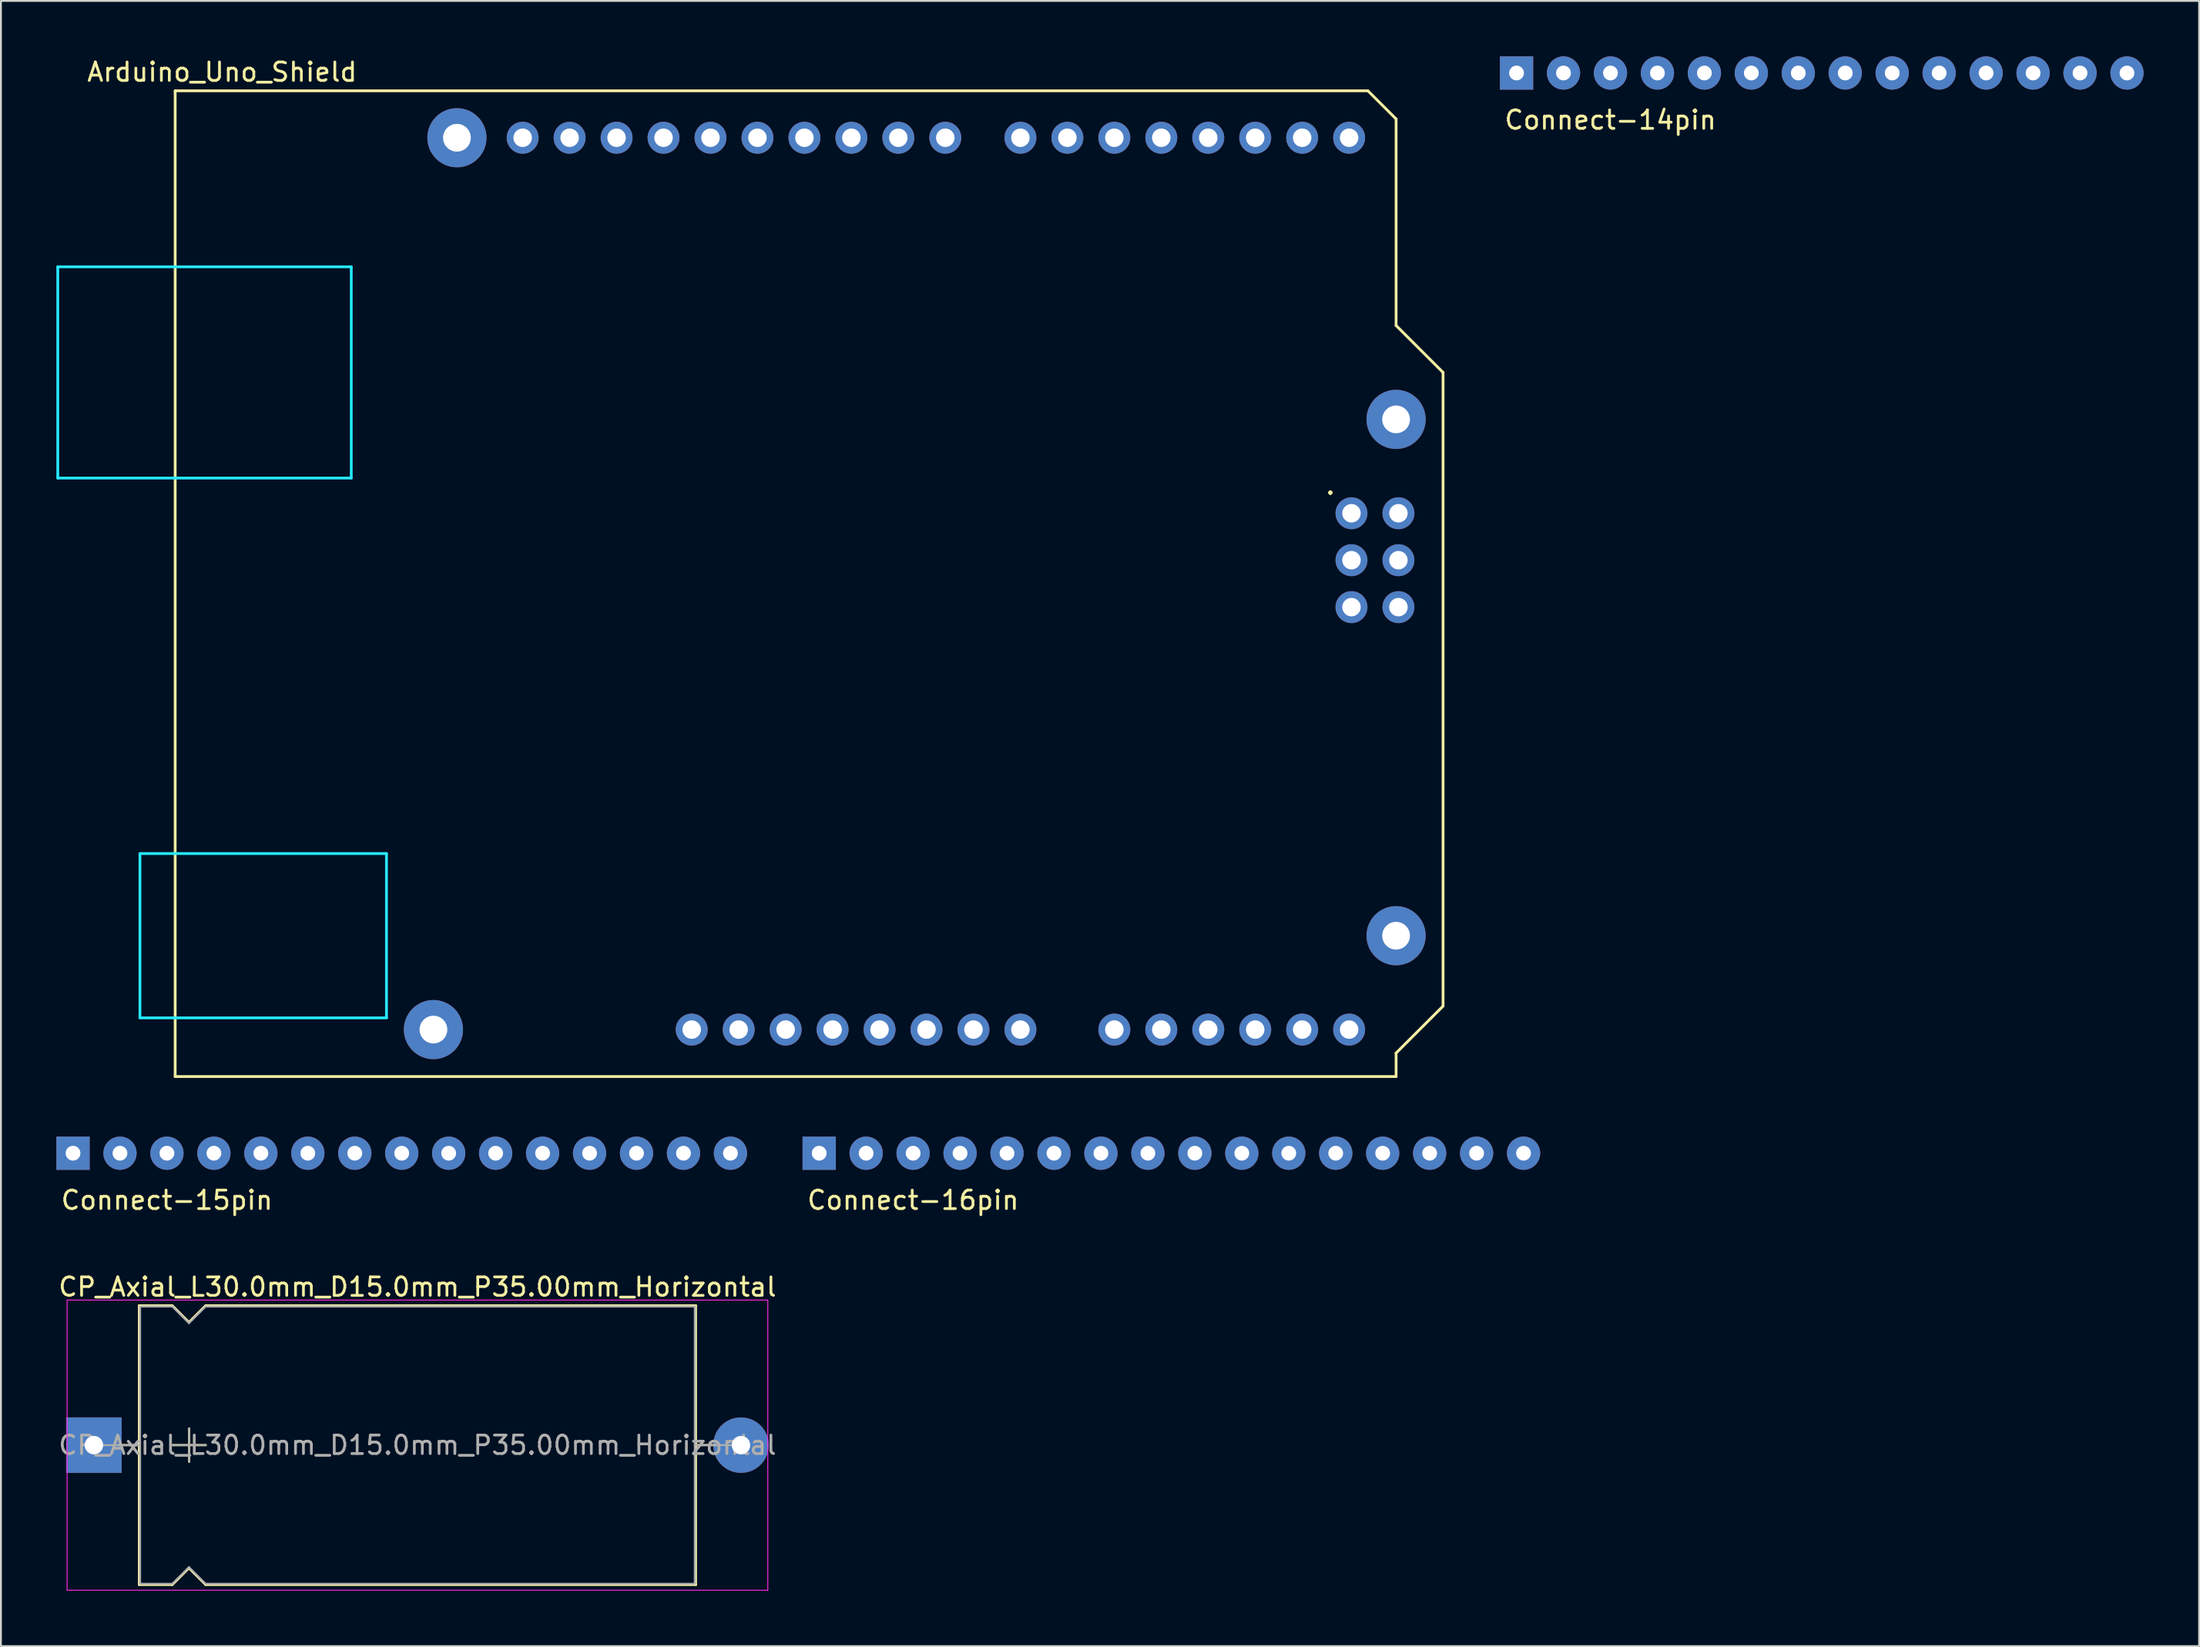
<source format=kicad_pcb>
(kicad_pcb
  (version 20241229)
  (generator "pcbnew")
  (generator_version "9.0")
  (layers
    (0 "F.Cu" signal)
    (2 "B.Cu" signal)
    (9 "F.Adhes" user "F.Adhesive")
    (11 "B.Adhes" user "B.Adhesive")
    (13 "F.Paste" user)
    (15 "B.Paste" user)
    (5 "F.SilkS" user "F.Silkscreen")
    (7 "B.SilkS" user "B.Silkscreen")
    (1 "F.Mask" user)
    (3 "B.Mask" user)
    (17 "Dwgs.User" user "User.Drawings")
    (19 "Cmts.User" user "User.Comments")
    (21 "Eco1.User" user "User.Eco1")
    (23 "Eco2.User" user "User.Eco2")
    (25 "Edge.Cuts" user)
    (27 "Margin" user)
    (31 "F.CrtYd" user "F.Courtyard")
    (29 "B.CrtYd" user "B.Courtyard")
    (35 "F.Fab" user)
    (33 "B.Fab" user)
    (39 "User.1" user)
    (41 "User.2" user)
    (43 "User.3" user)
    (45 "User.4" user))
  (footprint "Connect-15pin"
    (layer "F.Cu")
    (at 5.98 59.354)
    (property "Reference" "Connect-15pin" (at 0 2.54 0) (layer "F.SilkS") (effects (font (size 1 1) (thickness 0.15))))
    (attr through_hole)
    (pad "1" thru_hole rect (at -5.08 0) (size 1.8 1.8) (drill 0.8) (layers "*.Cu" "*.Mask"))
    (pad "2" thru_hole circle (at -2.54 0) (size 1.8 1.8) (drill 0.8) (layers "*.Cu" "*.Mask"))
    (pad "3" thru_hole circle (at 0 0) (size 1.8 1.8) (drill 0.8) (layers "*.Cu" "*.Mask"))
    (pad "4" thru_hole circle (at 2.54 0) (size 1.8 1.8) (drill 0.8) (layers "*.Cu" "*.Mask"))
    (pad "5" thru_hole circle (at 5.08 0) (size 1.8 1.8) (drill 0.8) (layers "*.Cu" "*.Mask"))
    (pad "6" thru_hole circle (at 7.62 0) (size 1.8 1.8) (drill 0.8) (layers "*.Cu" "*.Mask"))
    (pad "7" thru_hole circle (at 10.16 0) (size 1.8 1.8) (drill 0.8) (layers "*.Cu" "*.Mask"))
    (pad "8" thru_hole circle (at 12.7 0) (size 1.8 1.8) (drill 0.8) (layers "*.Cu" "*.Mask"))
    (pad "9" thru_hole circle (at 15.24 0) (size 1.8 1.8) (drill 0.8) (layers "*.Cu" "*.Mask"))
    (pad "10" thru_hole circle (at 17.78 0) (size 1.8 1.8) (drill 0.8) (layers "*.Cu" "*.Mask"))
    (pad "11" thru_hole circle (at 20.32 0) (size 1.8 1.8) (drill 0.8) (layers "*.Cu" "*.Mask"))
    (pad "12" thru_hole circle (at 22.86 0) (size 1.8 1.8) (drill 0.8) (layers "*.Cu" "*.Mask"))
    (pad "13" thru_hole circle (at 25.4 0) (size 1.8 1.8) (drill 0.8) (layers "*.Cu" "*.Mask"))
    (pad "14" thru_hole circle (at 27.94 0) (size 1.8 1.8) (drill 0.8) (layers "*.Cu" "*.Mask"))
    (pad "15" thru_hole circle (at 30.48 0) (size 1.8 1.8) (drill 0.8) (layers "*.Cu" "*.Mask")))
  (footprint "Connect-14pin"
    (layer "F.Cu")
    (at 84.06 0.9)
    (property "Reference" "Connect-14pin" (at 0 2.54 0) (layer "F.SilkS") (effects (font (size 1 1) (thickness 0.15))))
    (attr through_hole)
    (pad "1" thru_hole rect (at -5.08 0) (size 1.8 1.8) (drill 0.8) (layers "*.Cu" "*.Mask"))
    (pad "2" thru_hole circle (at -2.54 0) (size 1.8 1.8) (drill 0.8) (layers "*.Cu" "*.Mask"))
    (pad "3" thru_hole circle (at 0 0) (size 1.8 1.8) (drill 0.8) (layers "*.Cu" "*.Mask"))
    (pad "4" thru_hole circle (at 2.54 0) (size 1.8 1.8) (drill 0.8) (layers "*.Cu" "*.Mask"))
    (pad "5" thru_hole circle (at 5.08 0) (size 1.8 1.8) (drill 0.8) (layers "*.Cu" "*.Mask"))
    (pad "6" thru_hole circle (at 7.62 0) (size 1.8 1.8) (drill 0.8) (layers "*.Cu" "*.Mask"))
    (pad "7" thru_hole circle (at 10.16 0) (size 1.8 1.8) (drill 0.8) (layers "*.Cu" "*.Mask"))
    (pad "8" thru_hole circle (at 12.7 0) (size 1.8 1.8) (drill 0.8) (layers "*.Cu" "*.Mask"))
    (pad "9" thru_hole circle (at 15.24 0) (size 1.8 1.8) (drill 0.8) (layers "*.Cu" "*.Mask"))
    (pad "10" thru_hole circle (at 17.78 0) (size 1.8 1.8) (drill 0.8) (layers "*.Cu" "*.Mask"))
    (pad "11" thru_hole circle (at 20.32 0) (size 1.8 1.8) (drill 0.8) (layers "*.Cu" "*.Mask"))
    (pad "12" thru_hole circle (at 22.86 0) (size 1.8 1.8) (drill 0.8) (layers "*.Cu" "*.Mask"))
    (pad "13" thru_hole circle (at 25.4 0) (size 1.8 1.8) (drill 0.8) (layers "*.Cu" "*.Mask"))
    (pad "14" thru_hole circle (at 27.94 0) (size 1.8 1.8) (drill 0.8) (layers "*.Cu" "*.Mask")))
  (footprint "Connect-16pin"
    (layer "F.Cu")
    (at 46.34 59.354)
    (property "Reference" "Connect-16pin" (at 0 2.54 0) (layer "F.SilkS") (effects (font (size 1 1) (thickness 0.15))))
    (attr through_hole)
    (pad "1" thru_hole rect (at -5.08 0) (size 1.8 1.8) (drill 0.8) (layers "*.Cu" "*.Mask"))
    (pad "2" thru_hole circle (at -2.54 0) (size 1.8 1.8) (drill 0.8) (layers "*.Cu" "*.Mask"))
    (pad "3" thru_hole circle (at 0 0) (size 1.8 1.8) (drill 0.8) (layers "*.Cu" "*.Mask"))
    (pad "4" thru_hole circle (at 2.54 0) (size 1.8 1.8) (drill 0.8) (layers "*.Cu" "*.Mask"))
    (pad "5" thru_hole circle (at 5.08 0) (size 1.8 1.8) (drill 0.8) (layers "*.Cu" "*.Mask"))
    (pad "6" thru_hole circle (at 7.62 0) (size 1.8 1.8) (drill 0.8) (layers "*.Cu" "*.Mask"))
    (pad "7" thru_hole circle (at 10.16 0) (size 1.8 1.8) (drill 0.8) (layers "*.Cu" "*.Mask"))
    (pad "8" thru_hole circle (at 12.7 0) (size 1.8 1.8) (drill 0.8) (layers "*.Cu" "*.Mask"))
    (pad "9" thru_hole circle (at 15.24 0) (size 1.8 1.8) (drill 0.8) (layers "*.Cu" "*.Mask"))
    (pad "10" thru_hole circle (at 17.78 0) (size 1.8 1.8) (drill 0.8) (layers "*.Cu" "*.Mask"))
    (pad "11" thru_hole circle (at 20.32 0) (size 1.8 1.8) (drill 0.8) (layers "*.Cu" "*.Mask"))
    (pad "12" thru_hole circle (at 22.86 0) (size 1.8 1.8) (drill 0.8) (layers "*.Cu" "*.Mask"))
    (pad "13" thru_hole circle (at 25.4 0) (size 1.8 1.8) (drill 0.8) (layers "*.Cu" "*.Mask"))
    (pad "14" thru_hole circle (at 27.94 0) (size 1.8 1.8) (drill 0.8) (layers "*.Cu" "*.Mask"))
    (pad "15" thru_hole circle (at 30.48 0) (size 1.8 1.8) (drill 0.8) (layers "*.Cu" "*.Mask"))
    (pad "16" thru_hole circle (at 33.02 0) (size 1.8 1.8) (drill 0.8) (layers "*.Cu" "*.Mask")))
  (footprint "CP_Axial_L30.0mm_D15.0mm_P35.00mm_Horizontal"
    (layer "F.Cu")
    (at 2.03 75.151)
    (property "Reference" "CP_Axial_L30.0mm_D15.0mm_P35.00mm_Horizontal" (at 17.5 -8.56 0) (layer "F.SilkS") (effects (font (size 1 1) (thickness 0.15))))
    (attr through_hole)
    (fp_line (start 1.38 0) (end 2.44 0) (stroke (width 0.12) (type solid)) (layer "F.SilkS"))
    (fp_line (start 2.44 -7.56) (end 2.44 7.56) (stroke (width 0.12) (type solid)) (layer "F.SilkS"))
    (fp_line (start 2.44 -7.56) (end 4.24 -7.56) (stroke (width 0.12) (type solid)) (layer "F.SilkS"))
    (fp_line (start 2.44 7.56) (end 4.24 7.56) (stroke (width 0.12) (type solid)) (layer "F.SilkS"))
    (fp_line (start 4.24 -7.56) (end 5.14 -6.66) (stroke (width 0.12) (type solid)) (layer "F.SilkS"))
    (fp_line (start 4.24 7.56) (end 5.14 6.66) (stroke (width 0.12) (type solid)) (layer "F.SilkS"))
    (fp_line (start 4.25 0) (end 6.05 0) (stroke (width 0.12) (type solid)) (layer "F.SilkS"))
    (fp_line (start 5.14 -6.66) (end 6.04 -7.56) (stroke (width 0.12) (type solid)) (layer "F.SilkS"))
    (fp_line (start 5.14 6.66) (end 6.04 7.56) (stroke (width 0.12) (type solid)) (layer "F.SilkS"))
    (fp_line (start 5.15 -0.9) (end 5.15 0.9) (stroke (width 0.12) (type solid)) (layer "F.SilkS"))
    (fp_line (start 6.04 -7.56) (end 32.56 -7.56) (stroke (width 0.12) (type solid)) (layer "F.SilkS"))
    (fp_line (start 6.04 7.56) (end 32.56 7.56) (stroke (width 0.12) (type solid)) (layer "F.SilkS"))
    (fp_line (start 32.56 -7.56) (end 32.56 7.56) (stroke (width 0.12) (type solid)) (layer "F.SilkS"))
    (fp_line (start 33.62 0) (end 32.56 0) (stroke (width 0.12) (type solid)) (layer "F.SilkS"))
    (fp_line (start -1.45 -7.85) (end -1.45 7.85) (stroke (width 0.05) (type solid)) (layer "F.CrtYd"))
    (fp_line (start -1.45 7.85) (end 36.45 7.85) (stroke (width 0.05) (type solid)) (layer "F.CrtYd"))
    (fp_line (start 36.45 -7.85) (end -1.45 -7.85) (stroke (width 0.05) (type solid)) (layer "F.CrtYd"))
    (fp_line (start 36.45 7.85) (end 36.45 -7.85) (stroke (width 0.05) (type solid)) (layer "F.CrtYd"))
    (fp_line (start 0 0) (end 2.5 0) (stroke (width 0.1) (type solid)) (layer "F.Fab"))
    (fp_line (start 2.5 -7.5) (end 2.5 7.5) (stroke (width 0.1) (type solid)) (layer "F.Fab"))
    (fp_line (start 2.5 -7.5) (end 4.24 -7.5) (stroke (width 0.1) (type solid)) (layer "F.Fab"))
    (fp_line (start 2.5 7.5) (end 4.24 7.5) (stroke (width 0.1) (type solid)) (layer "F.Fab"))
    (fp_line (start 4.24 -7.5) (end 5.14 -6.6) (stroke (width 0.1) (type solid)) (layer "F.Fab"))
    (fp_line (start 4.24 7.5) (end 5.14 6.6) (stroke (width 0.1) (type solid)) (layer "F.Fab"))
    (fp_line (start 4.25 0) (end 6.05 0) (stroke (width 0.1) (type solid)) (layer "F.Fab"))
    (fp_line (start 5.14 -6.6) (end 6.04 -7.5) (stroke (width 0.1) (type solid)) (layer "F.Fab"))
    (fp_line (start 5.14 6.6) (end 6.04 7.5) (stroke (width 0.1) (type solid)) (layer "F.Fab"))
    (fp_line (start 5.15 -0.9) (end 5.15 0.9) (stroke (width 0.1) (type solid)) (layer "F.Fab"))
    (fp_line (start 6.04 -7.5) (end 32.5 -7.5) (stroke (width 0.1) (type solid)) (layer "F.Fab"))
    (fp_line (start 6.04 7.5) (end 32.5 7.5) (stroke (width 0.1) (type solid)) (layer "F.Fab"))
    (fp_line (start 32.5 -7.5) (end 32.5 7.5) (stroke (width 0.1) (type solid)) (layer "F.Fab"))
    (fp_line (start 35 0) (end 32.5 0) (stroke (width 0.1) (type solid)) (layer "F.Fab"))
    (fp_text user "${REFERENCE}" (at 17.5 0 0) (layer "F.Fab") (effects (font (size 1 1) (thickness 0.15))))
    (pad "1" thru_hole rect (at 0 0) (size 3 3) (drill 1) (layers "*.Cu" "*.Mask"))
    (pad "2" thru_hole circle (at 35 0) (size 3 3) (drill 1) (layers "*.Cu" "*.Mask")))
  (footprint "Arduino_Uno_Shield"
    (layer "F.Cu")
    (at 6.425 55.204)
    (property "Reference" "Arduino_Uno_Shield" (at 2.54 -54.356 0) (layer "F.SilkS") (effects (font (size 1 1) (thickness 0.15))))
    (attr through_hole)
    (fp_line (start 0 -53.34) (end 0 0) (stroke (width 0.15) (type solid)) (layer "F.SilkS"))
    (fp_line (start 0 -53.34) (end 64.516 -53.34) (stroke (width 0.15) (type solid)) (layer "F.SilkS"))
    (fp_line (start 0 0) (end 66.04 0) (stroke (width 0.15) (type solid)) (layer "F.SilkS"))
    (fp_line (start 64.516 -53.34) (end 66.04 -51.816) (stroke (width 0.15) (type solid)) (layer "F.SilkS"))
    (fp_line (start 66.04 -40.64) (end 66.04 -51.816) (stroke (width 0.15) (type solid)) (layer "F.SilkS"))
    (fp_line (start 66.04 -1.27) (end 68.58 -3.81) (stroke (width 0.15) (type solid)) (layer "F.SilkS"))
    (fp_line (start 66.04 0) (end 66.04 -1.27) (stroke (width 0.15) (type solid)) (layer "F.SilkS"))
    (fp_line (start 68.58 -38.1) (end 66.04 -40.64) (stroke (width 0.15) (type solid)) (layer "F.SilkS"))
    (fp_line (start 68.58 -3.81) (end 68.58 -38.1) (stroke (width 0.15) (type solid)) (layer "F.SilkS"))
    (fp_line (start -6.35 -43.815) (end -6.35 -32.385) (stroke (width 0.15) (type solid)) (layer "B.CrtYd"))
    (fp_line (start -1.905 -12.065) (end -1.905 -3.175) (stroke (width 0.15) (type solid)) (layer "B.CrtYd"))
    (fp_line (start -1.905 -12.065) (end 11.43 -12.065) (stroke (width 0.15) (type solid)) (layer "B.CrtYd"))
    (fp_line (start -1.905 -3.175) (end 11.43 -3.175) (stroke (width 0.15) (type solid)) (layer "B.CrtYd"))
    (fp_line (start 9.525 -43.815) (end -6.35 -43.815) (stroke (width 0.15) (type solid)) (layer "B.CrtYd"))
    (fp_line (start 9.525 -43.815) (end 9.525 -32.385) (stroke (width 0.15) (type solid)) (layer "B.CrtYd"))
    (fp_line (start 9.525 -32.385) (end -6.35 -32.385) (stroke (width 0.15) (type solid)) (layer "B.CrtYd"))
    (fp_line (start 11.43 -12.065) (end 11.43 -3.175) (stroke (width 0.15) (type solid)) (layer "B.CrtYd"))
    (fp_text user "." (at 62.484 -32.004 0) (layer "F.SilkS") (effects (font (size 1 1) (thickness 0.15))))
    (pad "" np_thru_hole circle (at 13.97 -2.54) (size 3.2 3.2) (drill 1.5) (layers "*.Cu" "*.Mask"))
    (pad "" np_thru_hole circle (at 15.24 -50.8) (size 3.2 3.2) (drill 1.5) (layers "*.Cu" "*.Mask"))
    (pad "" thru_hole oval (at 27.94 -2.54) (size 1.727 1.727) (drill 1) (layers "*.Cu" "*.Mask"))
    (pad "" np_thru_hole circle (at 66.04 -35.56) (size 3.2 3.2) (drill 1.5) (layers "*.Cu" "*.Mask"))
    (pad "" np_thru_hole circle (at 66.04 -7.62) (size 3.2 3.2) (drill 1.5) (layers "*.Cu" "*.Mask"))
    (pad "3V3" thru_hole oval (at 35.56 -2.54) (size 1.727 1.727) (drill 1) (layers "*.Cu" "*.Mask"))
    (pad "5V1" thru_hole oval (at 38.1 -2.54) (size 1.727 1.727) (drill 1) (layers "*.Cu" "*.Mask"))
    (pad "5V2" thru_hole oval (at 66.167 -30.48) (size 1.727 1.727) (drill 1) (layers "*.Cu" "*.Mask"))
    (pad "A0" thru_hole oval (at 50.8 -2.54) (size 1.727 1.727) (drill 1) (layers "*.Cu" "*.Mask"))
    (pad "A1" thru_hole oval (at 53.34 -2.54) (size 1.727 1.727) (drill 1) (layers "*.Cu" "*.Mask"))
    (pad "A2" thru_hole oval (at 55.88 -2.54) (size 1.727 1.727) (drill 1) (layers "*.Cu" "*.Mask"))
    (pad "A3" thru_hole oval (at 58.42 -2.54) (size 1.727 1.727) (drill 1) (layers "*.Cu" "*.Mask"))
    (pad "A4" thru_hole oval (at 60.96 -2.54) (size 1.727 1.727) (drill 1) (layers "*.Cu" "*.Mask"))
    (pad "A5" thru_hole oval (at 63.5 -2.54) (size 1.727 1.727) (drill 1) (layers "*.Cu" "*.Mask"))
    (pad "AREF" thru_hole oval (at 23.876 -50.8) (size 1.727 1.727) (drill 1) (layers "*.Cu" "*.Mask"))
    (pad "D0" thru_hole oval (at 63.5 -50.8) (size 1.727 1.727) (drill 1) (layers "*.Cu" "*.Mask"))
    (pad "D1" thru_hole oval (at 60.96 -50.8) (size 1.727 1.727) (drill 1) (layers "*.Cu" "*.Mask"))
    (pad "D2" thru_hole oval (at 58.42 -50.8) (size 1.727 1.727) (drill 1) (layers "*.Cu" "*.Mask"))
    (pad "D3" thru_hole oval (at 55.88 -50.8) (size 1.727 1.727) (drill 1) (layers "*.Cu" "*.Mask"))
    (pad "D4" thru_hole oval (at 53.34 -50.8) (size 1.727 1.727) (drill 1) (layers "*.Cu" "*.Mask"))
    (pad "D5" thru_hole oval (at 50.8 -50.8) (size 1.727 1.727) (drill 1) (layers "*.Cu" "*.Mask"))
    (pad "D6" thru_hole oval (at 48.26 -50.8) (size 1.727 1.727) (drill 1) (layers "*.Cu" "*.Mask"))
    (pad "D7" thru_hole oval (at 45.72 -50.8) (size 1.727 1.727) (drill 1) (layers "*.Cu" "*.Mask"))
    (pad "D8" thru_hole oval (at 41.656 -50.8) (size 1.727 1.727) (drill 1) (layers "*.Cu" "*.Mask"))
    (pad "D9" thru_hole oval (at 39.116 -50.8) (size 1.727 1.727) (drill 1) (layers "*.Cu" "*.Mask"))
    (pad "D10" thru_hole oval (at 36.576 -50.8) (size 1.727 1.727) (drill 1) (layers "*.Cu" "*.Mask"))
    (pad "D11" thru_hole oval (at 34.036 -50.8) (size 1.727 1.727) (drill 1) (layers "*.Cu" "*.Mask"))
    (pad "D12" thru_hole oval (at 31.496 -50.8) (size 1.727 1.727) (drill 1) (layers "*.Cu" "*.Mask"))
    (pad "D13" thru_hole oval (at 28.956 -50.8) (size 1.727 1.727) (drill 1) (layers "*.Cu" "*.Mask"))
    (pad "GND1" thru_hole oval (at 26.416 -50.8) (size 1.727 1.727) (drill 1) (layers "*.Cu" "*.Mask"))
    (pad "GND2" thru_hole oval (at 40.64 -2.54) (size 1.727 1.727) (drill 1) (layers "*.Cu" "*.Mask"))
    (pad "GND3" thru_hole oval (at 43.18 -2.54) (size 1.727 1.727) (drill 1) (layers "*.Cu" "*.Mask"))
    (pad "GND4" thru_hole oval (at 66.167 -25.4) (size 1.727 1.727) (drill 1) (layers "*.Cu" "*.Mask"))
    (pad "IORF" thru_hole oval (at 30.48 -2.54) (size 1.727 1.727) (drill 1) (layers "*.Cu" "*.Mask"))
    (pad "MISO" thru_hole oval (at 63.627 -30.48) (size 1.727 1.727) (drill 1) (layers "*.Cu" "*.Mask"))
    (pad "MOSI" thru_hole oval (at 66.167 -27.94) (size 1.727 1.727) (drill 1) (layers "*.Cu" "*.Mask"))
    (pad "RST1" thru_hole oval (at 33.02 -2.54) (size 1.727 1.727) (drill 1) (layers "*.Cu" "*.Mask"))
    (pad "RST2" thru_hole oval (at 63.627 -25.4) (size 1.727 1.727) (drill 1) (layers "*.Cu" "*.Mask"))
    (pad "SCK" thru_hole oval (at 63.627 -27.94) (size 1.727 1.727) (drill 1) (layers "*.Cu" "*.Mask"))
    (pad "SCL" thru_hole oval (at 18.796 -50.8) (size 1.727 1.727) (drill 1) (layers "*.Cu" "*.Mask"))
    (pad "SDA" thru_hole oval (at 21.336 -50.8) (size 1.727 1.727) (drill 1) (layers "*.Cu" "*.Mask"))
    (pad "VIN" thru_hole oval (at 45.72 -2.54) (size 1.727 1.727) (drill 1) (layers "*.Cu" "*.Mask")))
  (gr_rect
    (start -3 -3)
    (end 115.9 86.026)
    (stroke (width 0.1) (type default))
    (fill no)
    (layer "Edge.Cuts")))
</source>
